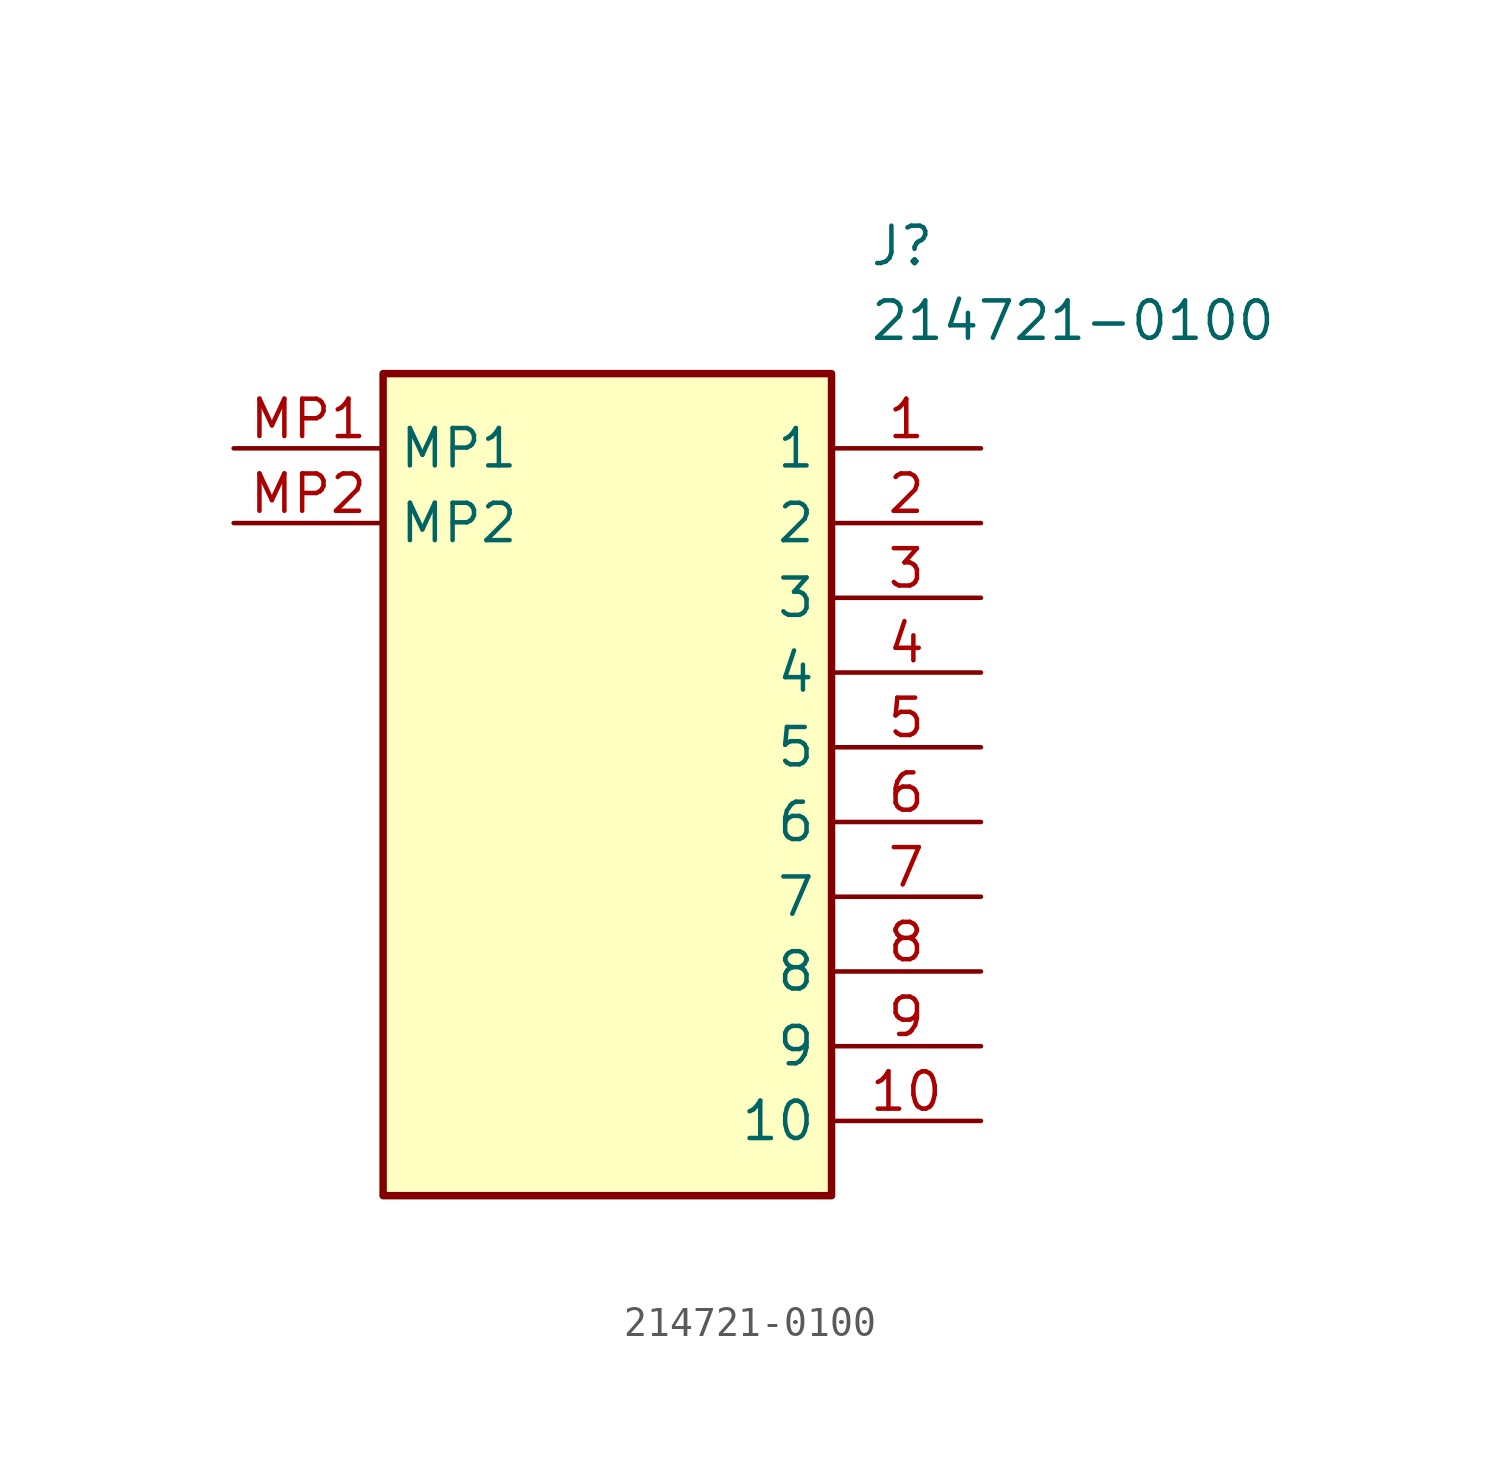
<source format=kicad_sym>
(kicad_symbol_lib
  (version 20211014)
  (generator SamacSys_ECAD_Model)
  (symbol "214721-0100"
    (property "Reference" "J"
      (at 21.59 7.62 0)
      (effects (font (size 1.27 1.27)) (justify left top)))
    (property "Value" "214721-0100"
      (at 21.59 5.08 0)
      (effects (font (size 1.27 1.27)) (justify left top)))
    (rectangle
      (start 5.08 2.54)
      (end 20.32 -25.4)
      (stroke (width 0.254) (type default))
      (fill (type background)))
    (pin passive line
      (at 25.4 0 180)
      (length 5.08)
      (name "1" (effects (font (size 1.27 1.27))))
      (number "1" (effects (font (size 1.27 1.27)))))
    (pin passive line
      (at 25.4 -2.54 180)
      (length 5.08)
      (name "2" (effects (font (size 1.27 1.27))))
      (number "2" (effects (font (size 1.27 1.27)))))
    (pin passive line
      (at 25.4 -5.08 180)
      (length 5.08)
      (name "3" (effects (font (size 1.27 1.27))))
      (number "3" (effects (font (size 1.27 1.27)))))
    (pin passive line
      (at 25.4 -7.62 180)
      (length 5.08)
      (name "4" (effects (font (size 1.27 1.27))))
      (number "4" (effects (font (size 1.27 1.27)))))
    (pin passive line
      (at 25.4 -10.16 180)
      (length 5.08)
      (name "5" (effects (font (size 1.27 1.27))))
      (number "5" (effects (font (size 1.27 1.27)))))
    (pin passive line
      (at 25.4 -12.7 180)
      (length 5.08)
      (name "6" (effects (font (size 1.27 1.27))))
      (number "6" (effects (font (size 1.27 1.27)))))
    (pin passive line
      (at 25.4 -15.24 180)
      (length 5.08)
      (name "7" (effects (font (size 1.27 1.27))))
      (number "7" (effects (font (size 1.27 1.27)))))
    (pin passive line
      (at 25.4 -17.78 180)
      (length 5.08)
      (name "8" (effects (font (size 1.27 1.27))))
      (number "8" (effects (font (size 1.27 1.27)))))
    (pin passive line
      (at 25.4 -20.32 180)
      (length 5.08)
      (name "9" (effects (font (size 1.27 1.27))))
      (number "9" (effects (font (size 1.27 1.27)))))
    (pin passive line
      (at 25.4 -22.86 180)
      (length 5.08)
      (name "10" (effects (font (size 1.27 1.27))))
      (number "10" (effects (font (size 1.27 1.27)))))
    (pin passive line
      (at 0 0 0)
      (length 5.08)
      (name "MP1" (effects (font (size 1.27 1.27))))
      (number "MP1" (effects (font (size 1.27 1.27)))))
    (pin passive line
      (at 0 -2.54 0)
      (length 5.08)
      (name "MP2" (effects (font (size 1.27 1.27))))
      (number "MP2" (effects (font (size 1.27 1.27)))))))
</source>
